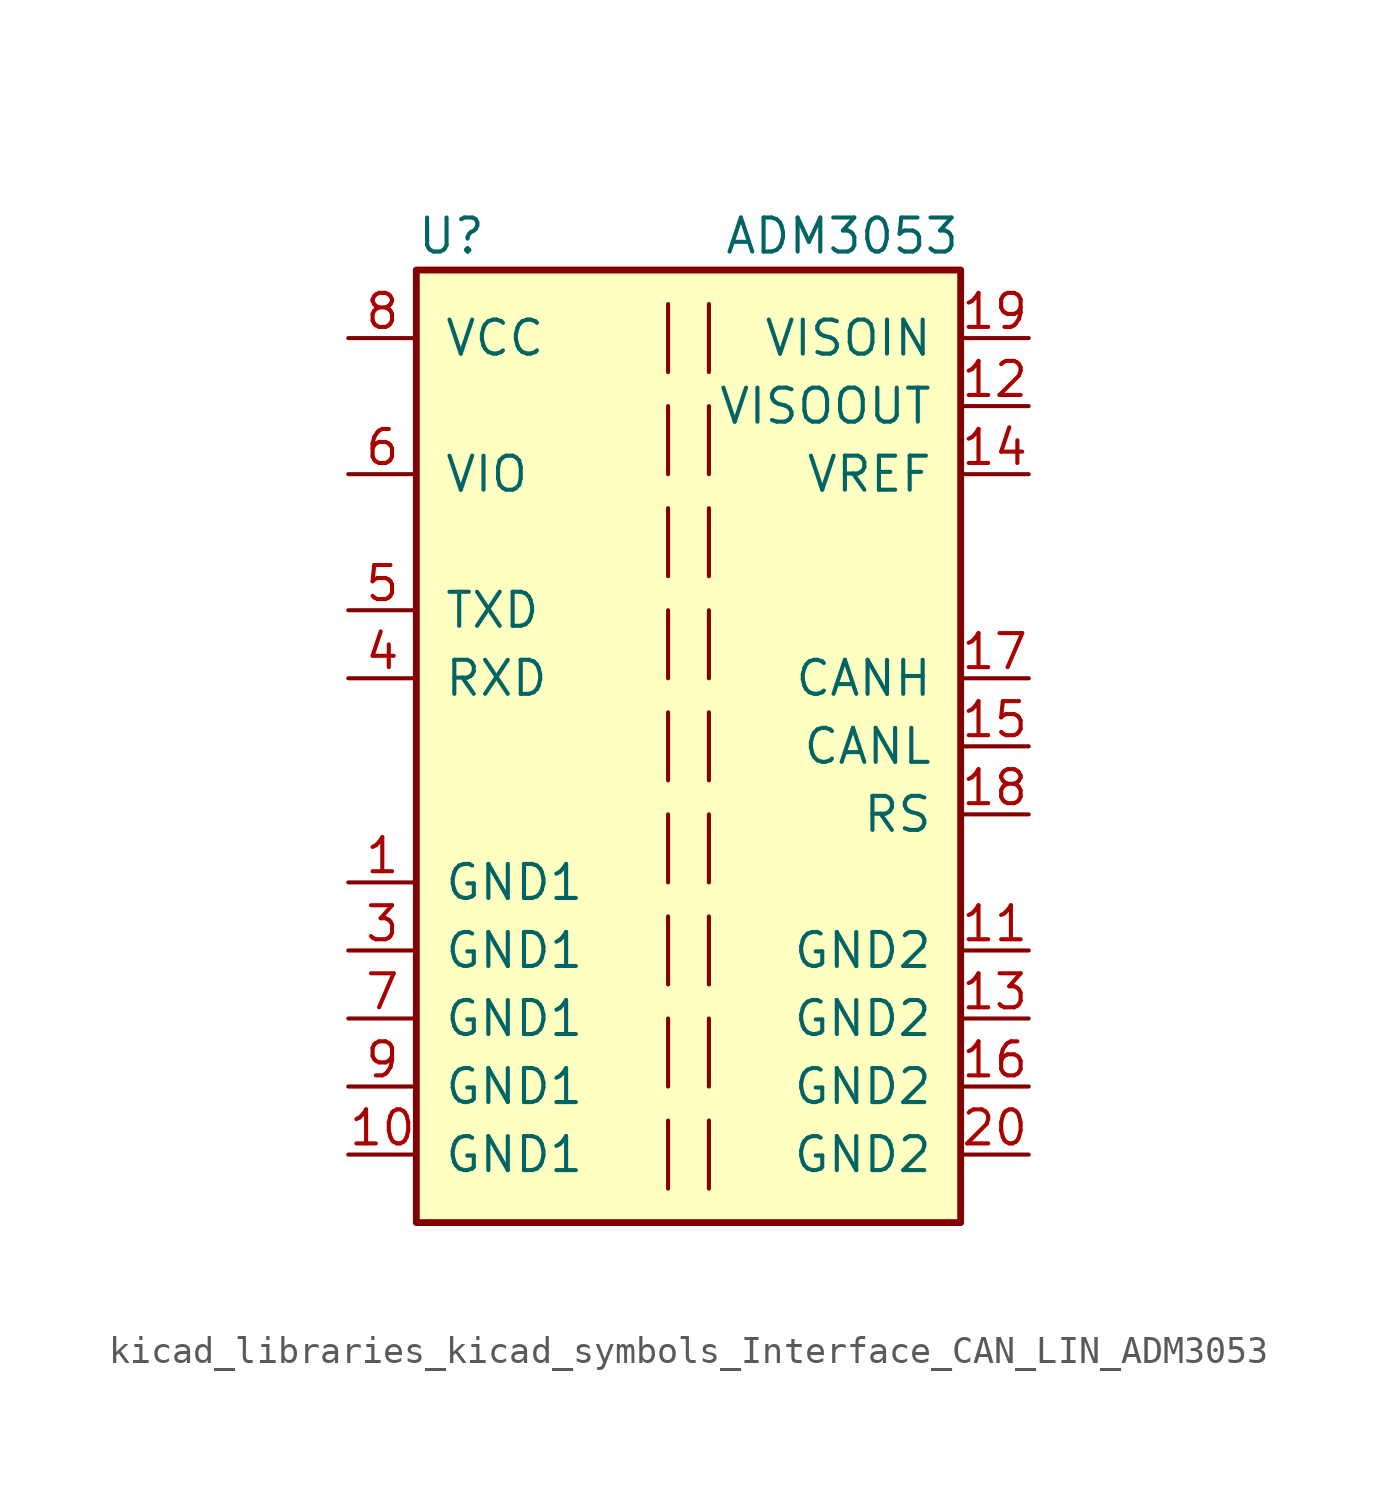
<source format=kicad_sym>
(kicad_symbol_lib
  (version 20220914)
  (generator kicad_symbol_editor)
  (symbol "kicad_libraries_kicad_symbols_Interface_CAN_LIN_ADM3053"
    (pin_names
      (offset 1.016))
    (property "Reference" "U"
      (at -10.16 19.05 0)
      (effects (font (size 1.27 1.27)) (justify left)))
    (property "Value" "ADM3053"
      (at 10.16 19.05 0)
      (effects (font (size 1.27 1.27)) (justify right)))
    (symbol "kicad_libraries_kicad_symbols_Interface_CAN_LIN_ADM3053_0_1"
      (rectangle (start -10.16 17.78) (end 10.16 -17.78) (stroke (width 0.254) (type default)) (fill (type background)))
      (polyline (pts (xy -0.762 -13.97) (xy -0.762 -16.51)) (stroke (width 0) (type default)) (fill (type none)))
      (polyline (pts (xy -0.762 -10.16) (xy -0.762 -12.7)) (stroke (width 0) (type default)) (fill (type none)))
      (polyline (pts (xy -0.762 -6.35) (xy -0.762 -8.89)) (stroke (width 0) (type default)) (fill (type none)))
      (polyline (pts (xy -0.762 -2.54) (xy -0.762 -5.08)) (stroke (width 0) (type default)) (fill (type none)))
      (polyline (pts (xy -0.762 1.27) (xy -0.762 -1.27)) (stroke (width 0) (type default)) (fill (type none)))
      (polyline (pts (xy -0.762 5.08) (xy -0.762 2.54)) (stroke (width 0) (type default)) (fill (type none)))
      (polyline (pts (xy -0.762 8.89) (xy -0.762 6.35)) (stroke (width 0) (type default)) (fill (type none)))
      (polyline (pts (xy -0.762 12.7) (xy -0.762 10.16)) (stroke (width 0) (type default)) (fill (type none)))
      (polyline (pts (xy -0.762 16.51) (xy -0.762 13.97)) (stroke (width 0) (type default)) (fill (type none)))
      (polyline (pts (xy 0.762 -13.97) (xy 0.762 -16.51)) (stroke (width 0) (type default)) (fill (type none)))
      (polyline (pts (xy 0.762 -10.16) (xy 0.762 -12.7)) (stroke (width 0) (type default)) (fill (type none)))
      (polyline (pts (xy 0.762 -6.35) (xy 0.762 -8.89)) (stroke (width 0) (type default)) (fill (type none)))
      (polyline (pts (xy 0.762 -2.54) (xy 0.762 -5.08)) (stroke (width 0) (type default)) (fill (type none)))
      (polyline (pts (xy 0.762 1.27) (xy 0.762 -1.27)) (stroke (width 0) (type default)) (fill (type none)))
      (polyline (pts (xy 0.762 2.54) (xy 0.762 5.08)) (stroke (width 0) (type default)) (fill (type none)))
      (polyline (pts (xy 0.762 6.35) (xy 0.762 8.89)) (stroke (width 0) (type default)) (fill (type none)))
      (polyline (pts (xy 0.762 10.16) (xy 0.762 12.7)) (stroke (width 0) (type default)) (fill (type none)))
      (polyline (pts (xy 0.762 13.97) (xy 0.762 16.51)) (stroke (width 0) (type default)) (fill (type none))))
    (symbol "kicad_libraries_kicad_symbols_Interface_CAN_LIN_ADM3053_1_1"
      (pin power_in line (at -12.7 -5.08 0) (length 2.54) (name "GND1" (effects (font (size 1.27 1.27)))) (number "1" (effects (font (size 1.27 1.27)))))
      (pin power_in line (at -12.7 -15.24 0) (length 2.54) (name "GND1" (effects (font (size 1.27 1.27)))) (number "10" (effects (font (size 1.27 1.27)))))
      (pin power_in line (at 12.7 -7.62 180) (length 2.54) (name "GND2" (effects (font (size 1.27 1.27)))) (number "11" (effects (font (size 1.27 1.27)))))
      (pin power_out line (at 12.7 12.7 180) (length 2.54) (name "VISOOUT" (effects (font (size 1.27 1.27)))) (number "12" (effects (font (size 1.27 1.27)))))
      (pin power_in line (at 12.7 -10.16 180) (length 2.54) (name "GND2" (effects (font (size 1.27 1.27)))) (number "13" (effects (font (size 1.27 1.27)))))
      (pin input line (at 12.7 10.16 180) (length 2.54) (name "VREF" (effects (font (size 1.27 1.27)))) (number "14" (effects (font (size 1.27 1.27)))))
      (pin bidirectional line (at 12.7 0 180) (length 2.54) (name "CANL" (effects (font (size 1.27 1.27)))) (number "15" (effects (font (size 1.27 1.27)))))
      (pin power_in line (at 12.7 -12.7 180) (length 2.54) (name "GND2" (effects (font (size 1.27 1.27)))) (number "16" (effects (font (size 1.27 1.27)))))
      (pin bidirectional line (at 12.7 2.54 180) (length 2.54) (name "CANH" (effects (font (size 1.27 1.27)))) (number "17" (effects (font (size 1.27 1.27)))))
      (pin input line (at 12.7 -2.54 180) (length 2.54) (name "RS" (effects (font (size 1.27 1.27)))) (number "18" (effects (font (size 1.27 1.27)))))
      (pin power_in line (at 12.7 15.24 180) (length 2.54) (name "VISOIN" (effects (font (size 1.27 1.27)))) (number "19" (effects (font (size 1.27 1.27)))))
      (pin no_connect line (at -2.54 -17.78 90) (length 2.54) hide (name "NC" (effects (font (size 1.27 1.27)))) (number "2" (effects (font (size 1.27 1.27)))))
      (pin power_in line (at 12.7 -15.24 180) (length 2.54) (name "GND2" (effects (font (size 1.27 1.27)))) (number "20" (effects (font (size 1.27 1.27)))))
      (pin power_in line (at -12.7 -7.62 0) (length 2.54) (name "GND1" (effects (font (size 1.27 1.27)))) (number "3" (effects (font (size 1.27 1.27)))))
      (pin output line (at -12.7 2.54 0) (length 2.54) (name "RXD" (effects (font (size 1.27 1.27)))) (number "4" (effects (font (size 1.27 1.27)))))
      (pin input line (at -12.7 5.08 0) (length 2.54) (name "TXD" (effects (font (size 1.27 1.27)))) (number "5" (effects (font (size 1.27 1.27)))))
      (pin power_in line (at -12.7 10.16 0) (length 2.54) (name "VIO" (effects (font (size 1.27 1.27)))) (number "6" (effects (font (size 1.27 1.27)))))
      (pin power_in line (at -12.7 -10.16 0) (length 2.54) (name "GND1" (effects (font (size 1.27 1.27)))) (number "7" (effects (font (size 1.27 1.27)))))
      (pin power_in line (at -12.7 15.24 0) (length 2.54) (name "VCC" (effects (font (size 1.27 1.27)))) (number "8" (effects (font (size 1.27 1.27)))))
      (pin power_in line (at -12.7 -12.7 0) (length 2.54) (name "GND1" (effects (font (size 1.27 1.27)))) (number "9" (effects (font (size 1.27 1.27))))))))
</source>
